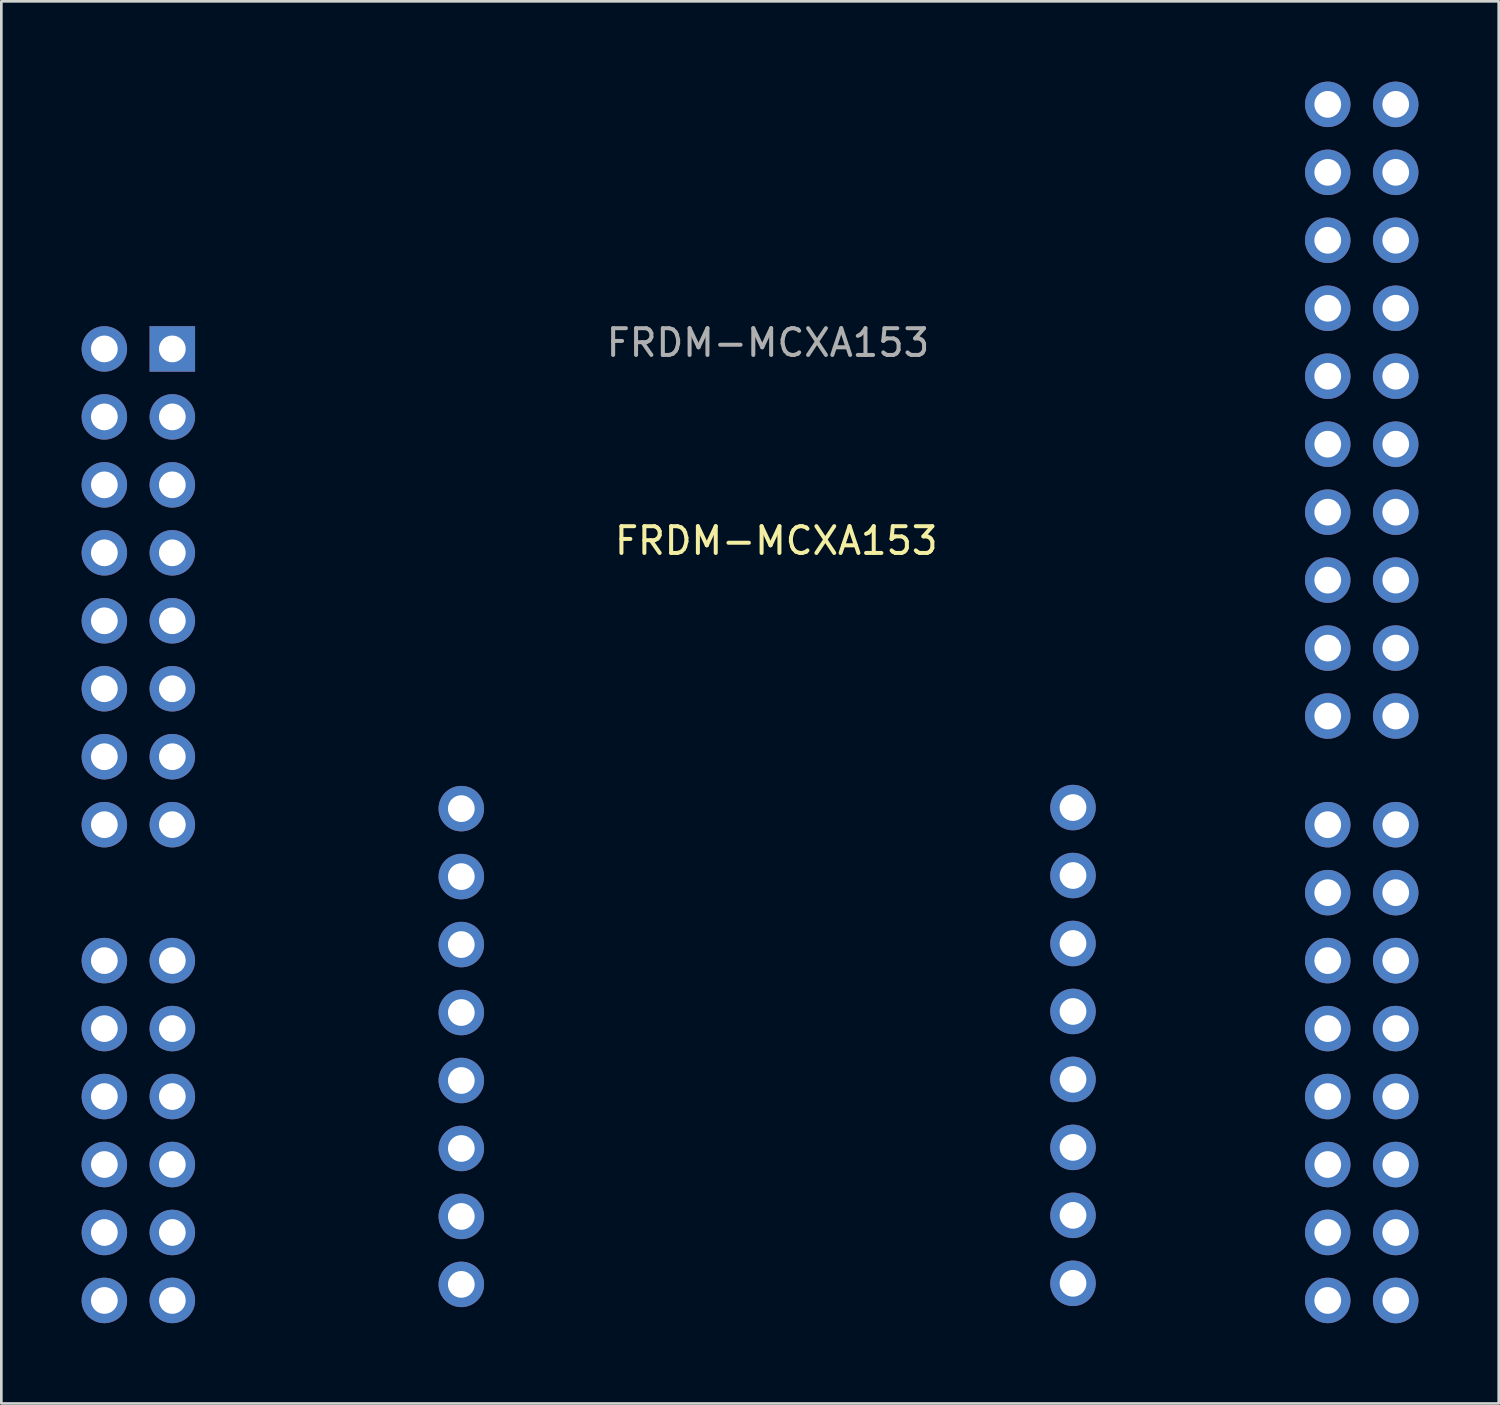
<source format=kicad_pcb>
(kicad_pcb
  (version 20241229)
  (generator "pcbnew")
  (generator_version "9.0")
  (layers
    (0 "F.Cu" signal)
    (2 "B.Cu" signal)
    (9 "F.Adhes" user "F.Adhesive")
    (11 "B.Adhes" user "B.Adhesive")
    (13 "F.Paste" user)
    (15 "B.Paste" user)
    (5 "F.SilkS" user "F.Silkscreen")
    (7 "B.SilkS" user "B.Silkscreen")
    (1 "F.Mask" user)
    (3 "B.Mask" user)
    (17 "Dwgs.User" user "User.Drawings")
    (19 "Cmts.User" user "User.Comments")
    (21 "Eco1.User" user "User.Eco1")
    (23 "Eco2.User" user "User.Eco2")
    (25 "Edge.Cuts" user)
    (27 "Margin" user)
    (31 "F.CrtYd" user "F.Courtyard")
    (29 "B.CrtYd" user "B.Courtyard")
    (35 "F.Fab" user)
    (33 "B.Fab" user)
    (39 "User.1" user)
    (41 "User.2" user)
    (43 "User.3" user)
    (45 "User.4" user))
  (footprint "FRDM-MCXA153"
    (layer "F.Cu")
    (at 8.47 9.99)
    (property "Reference" "FRDM-MCXA153" (at 17.49 7.17 0) (layer "F.SilkS") (effects (font (size 1 1) (thickness 0.15))))
    (attr through_hole)
    (fp_text user "${REFERENCE}" (at 17.18 -0.23 180) (layer "F.Fab") (effects (font (size 1 1) (thickness 0.15))))
    (pad "1" thru_hole rect (at -5.08 0) (size 1.7 1.7) (drill 1) (layers "*.Cu" "*.Mask"))
    (pad "2" thru_hole oval (at -7.62 0) (size 1.7 1.7) (drill 1) (layers "*.Cu" "*.Mask"))
    (pad "3" thru_hole oval (at -5.08 2.54) (size 1.7 1.7) (drill 1) (layers "*.Cu" "*.Mask"))
    (pad "4" thru_hole oval (at -7.62 2.54) (size 1.7 1.7) (drill 1) (layers "*.Cu" "*.Mask"))
    (pad "5" thru_hole oval (at -5.08 5.08) (size 1.7 1.7) (drill 1) (layers "*.Cu" "*.Mask"))
    (pad "6" thru_hole oval (at -7.62 5.08) (size 1.7 1.7) (drill 1) (layers "*.Cu" "*.Mask"))
    (pad "7" thru_hole oval (at -5.08 7.62) (size 1.7 1.7) (drill 1) (layers "*.Cu" "*.Mask"))
    (pad "8" thru_hole oval (at -7.62 7.62) (size 1.7 1.7) (drill 1) (layers "*.Cu" "*.Mask"))
    (pad "9" thru_hole oval (at -5.08 10.16) (size 1.7 1.7) (drill 1) (layers "*.Cu" "*.Mask"))
    (pad "10" thru_hole oval (at -7.62 10.16) (size 1.7 1.7) (drill 1) (layers "*.Cu" "*.Mask"))
    (pad "11" thru_hole oval (at -5.08 12.7) (size 1.7 1.7) (drill 1) (layers "*.Cu" "*.Mask"))
    (pad "12" thru_hole oval (at -7.62 12.7) (size 1.7 1.7) (drill 1) (layers "*.Cu" "*.Mask"))
    (pad "13" thru_hole oval (at -5.08 15.24) (size 1.7 1.7) (drill 1) (layers "*.Cu" "*.Mask"))
    (pad "14" thru_hole oval (at -7.62 15.24) (size 1.7 1.7) (drill 1) (layers "*.Cu" "*.Mask"))
    (pad "15" thru_hole oval (at -5.08 17.78) (size 1.7 1.7) (drill 1) (layers "*.Cu" "*.Mask"))
    (pad "16" thru_hole oval (at -7.62 17.78) (size 1.7 1.7) (drill 1) (layers "*.Cu" "*.Mask"))
    (pad "17" thru_hole oval (at -5.08 22.86) (size 1.7 1.7) (drill 1) (layers "*.Cu" "*.Mask"))
    (pad "17" thru_hole oval (at 5.72 17.18) (size 1.7 1.7) (drill 1) (layers "*.Cu" "*.Mask"))
    (pad "17" thru_hole oval (at 5.72 19.72) (size 1.7 1.7) (drill 1) (layers "*.Cu" "*.Mask"))
    (pad "17" thru_hole oval (at 28.58 17.14) (size 1.7 1.7) (drill 1) (layers "*.Cu" "*.Mask"))
    (pad "17" thru_hole oval (at 28.58 19.68) (size 1.7 1.7) (drill 1) (layers "*.Cu" "*.Mask"))
    (pad "17" thru_hole oval (at 28.58 22.22) (size 1.7 1.7) (drill 1) (layers "*.Cu" "*.Mask"))
    (pad "17" thru_hole oval (at 40.64 -9.14) (size 1.7 1.7) (drill 1) (layers "*.Cu" "*.Mask"))
    (pad "17" thru_hole oval (at 40.64 -6.6) (size 1.7 1.7) (drill 1) (layers "*.Cu" "*.Mask"))
    (pad "17" thru_hole oval (at 40.64 -4.06) (size 1.7 1.7) (drill 1) (layers "*.Cu" "*.Mask"))
    (pad "17" thru_hole oval (at 40.64 17.78) (size 1.7 1.7) (drill 1) (layers "*.Cu" "*.Mask"))
    (pad "18" thru_hole oval (at -7.62 22.86) (size 1.7 1.7) (drill 1) (layers "*.Cu" "*.Mask"))
    (pad "18" thru_hole oval (at 5.72 22.26) (size 1.7 1.7) (drill 1) (layers "*.Cu" "*.Mask"))
    (pad "18" thru_hole oval (at 38.1 -9.14) (size 1.7 1.7) (drill 1) (layers "*.Cu" "*.Mask"))
    (pad "18" thru_hole oval (at 38.1 -6.6) (size 1.7 1.7) (drill 1) (layers "*.Cu" "*.Mask"))
    (pad "18" thru_hole oval (at 38.1 -4.06) (size 1.7 1.7) (drill 1) (layers "*.Cu" "*.Mask"))
    (pad "18" thru_hole oval (at 38.1 17.78) (size 1.7 1.7) (drill 1) (layers "*.Cu" "*.Mask"))
    (pad "19" thru_hole oval (at -5.08 25.4) (size 1.7 1.7) (drill 1) (layers "*.Cu" "*.Mask"))
    (pad "19" thru_hole oval (at 28.58 24.76) (size 1.7 1.7) (drill 1) (layers "*.Cu" "*.Mask"))
    (pad "19" thru_hole oval (at 40.64 -1.52) (size 1.7 1.7) (drill 1) (layers "*.Cu" "*.Mask"))
    (pad "19" thru_hole oval (at 40.64 20.32) (size 1.7 1.7) (drill 1) (layers "*.Cu" "*.Mask"))
    (pad "20" thru_hole oval (at -7.62 25.4) (size 1.7 1.7) (drill 1) (layers "*.Cu" "*.Mask"))
    (pad "20" thru_hole oval (at 5.72 24.8) (size 1.7 1.7) (drill 1) (layers "*.Cu" "*.Mask"))
    (pad "20" thru_hole oval (at 38.1 -1.52) (size 1.7 1.7) (drill 1) (layers "*.Cu" "*.Mask"))
    (pad "20" thru_hole oval (at 38.1 20.32) (size 1.7 1.7) (drill 1) (layers "*.Cu" "*.Mask"))
    (pad "21" thru_hole oval (at -5.08 27.94) (size 1.7 1.7) (drill 1) (layers "*.Cu" "*.Mask"))
    (pad "21" thru_hole oval (at 28.58 27.3) (size 1.7 1.7) (drill 1) (layers "*.Cu" "*.Mask"))
    (pad "21" thru_hole oval (at 40.64 1.02) (size 1.7 1.7) (drill 1) (layers "*.Cu" "*.Mask"))
    (pad "21" thru_hole oval (at 40.64 22.86) (size 1.7 1.7) (drill 1) (layers "*.Cu" "*.Mask"))
    (pad "22" thru_hole oval (at -7.62 27.94) (size 1.7 1.7) (drill 1) (layers "*.Cu" "*.Mask"))
    (pad "22" thru_hole oval (at 5.72 27.34) (size 1.7 1.7) (drill 1) (layers "*.Cu" "*.Mask"))
    (pad "22" thru_hole oval (at 38.1 1.02) (size 1.7 1.7) (drill 1) (layers "*.Cu" "*.Mask"))
    (pad "22" thru_hole oval (at 38.1 22.86) (size 1.7 1.7) (drill 1) (layers "*.Cu" "*.Mask"))
    (pad "23" thru_hole oval (at -5.08 30.48) (size 1.7 1.7) (drill 1) (layers "*.Cu" "*.Mask"))
    (pad "23" thru_hole oval (at 28.58 29.84) (size 1.7 1.7) (drill 1) (layers "*.Cu" "*.Mask"))
    (pad "23" thru_hole oval (at 40.64 3.56) (size 1.7 1.7) (drill 1) (layers "*.Cu" "*.Mask"))
    (pad "23" thru_hole oval (at 40.64 25.4) (size 1.7 1.7) (drill 1) (layers "*.Cu" "*.Mask"))
    (pad "24" thru_hole oval (at -7.62 30.48) (size 1.7 1.7) (drill 1) (layers "*.Cu" "*.Mask"))
    (pad "24" thru_hole oval (at 5.72 29.88) (size 1.7 1.7) (drill 1) (layers "*.Cu" "*.Mask"))
    (pad "24" thru_hole oval (at 38.1 3.56) (size 1.7 1.7) (drill 1) (layers "*.Cu" "*.Mask"))
    (pad "24" thru_hole oval (at 38.1 25.4) (size 1.7 1.7) (drill 1) (layers "*.Cu" "*.Mask"))
    (pad "25" thru_hole oval (at -5.08 33.02) (size 1.7 1.7) (drill 1) (layers "*.Cu" "*.Mask"))
    (pad "25" thru_hole oval (at 28.58 32.38) (size 1.7 1.7) (drill 1) (layers "*.Cu" "*.Mask"))
    (pad "25" thru_hole oval (at 40.64 6.1) (size 1.7 1.7) (drill 1) (layers "*.Cu" "*.Mask"))
    (pad "25" thru_hole oval (at 40.64 27.94) (size 1.7 1.7) (drill 1) (layers "*.Cu" "*.Mask"))
    (pad "26" thru_hole oval (at -7.62 33.02) (size 1.7 1.7) (drill 1) (layers "*.Cu" "*.Mask"))
    (pad "26" thru_hole oval (at 5.72 32.42) (size 1.7 1.7) (drill 1) (layers "*.Cu" "*.Mask"))
    (pad "26" thru_hole oval (at 38.1 6.1) (size 1.7 1.7) (drill 1) (layers "*.Cu" "*.Mask"))
    (pad "26" thru_hole oval (at 38.1 27.94) (size 1.7 1.7) (drill 1) (layers "*.Cu" "*.Mask"))
    (pad "27" thru_hole oval (at -5.08 35.56) (size 1.7 1.7) (drill 1) (layers "*.Cu" "*.Mask"))
    (pad "27" thru_hole oval (at 28.58 34.92) (size 1.7 1.7) (drill 1) (layers "*.Cu" "*.Mask"))
    (pad "27" thru_hole oval (at 40.64 8.64) (size 1.7 1.7) (drill 1) (layers "*.Cu" "*.Mask"))
    (pad "27" thru_hole oval (at 40.64 30.48) (size 1.7 1.7) (drill 1) (layers "*.Cu" "*.Mask"))
    (pad "28" thru_hole oval (at -7.62 35.56) (size 1.7 1.7) (drill 1) (layers "*.Cu" "*.Mask"))
    (pad "28" thru_hole oval (at 5.72 34.96) (size 1.7 1.7) (drill 1) (layers "*.Cu" "*.Mask"))
    (pad "28" thru_hole oval (at 38.1 8.64) (size 1.7 1.7) (drill 1) (layers "*.Cu" "*.Mask"))
    (pad "28" thru_hole oval (at 38.1 30.48) (size 1.7 1.7) (drill 1) (layers "*.Cu" "*.Mask"))
    (pad "29" thru_hole oval (at 40.64 11.18) (size 1.7 1.7) (drill 1) (layers "*.Cu" "*.Mask"))
    (pad "29" thru_hole oval (at 40.64 33.02) (size 1.7 1.7) (drill 1) (layers "*.Cu" "*.Mask"))
    (pad "30" thru_hole oval (at 38.1 11.18) (size 1.7 1.7) (drill 1) (layers "*.Cu" "*.Mask"))
    (pad "30" thru_hole oval (at 38.1 33.02) (size 1.7 1.7) (drill 1) (layers "*.Cu" "*.Mask"))
    (pad "31" thru_hole oval (at 40.64 13.72) (size 1.7 1.7) (drill 1) (layers "*.Cu" "*.Mask"))
    (pad "31" thru_hole oval (at 40.64 35.56) (size 1.7 1.7) (drill 1) (layers "*.Cu" "*.Mask"))
    (pad "32" thru_hole oval (at 38.1 13.72) (size 1.7 1.7) (drill 1) (layers "*.Cu" "*.Mask"))
    (pad "32" thru_hole oval (at 38.1 35.56) (size 1.7 1.7) (drill 1) (layers "*.Cu" "*.Mask")))
  (gr_rect
    (start -3 -3)
    (end 52.96 49.4)
    (stroke (width 0.1) (type default))
    (fill no)
    (layer "Edge.Cuts")))
</source>
